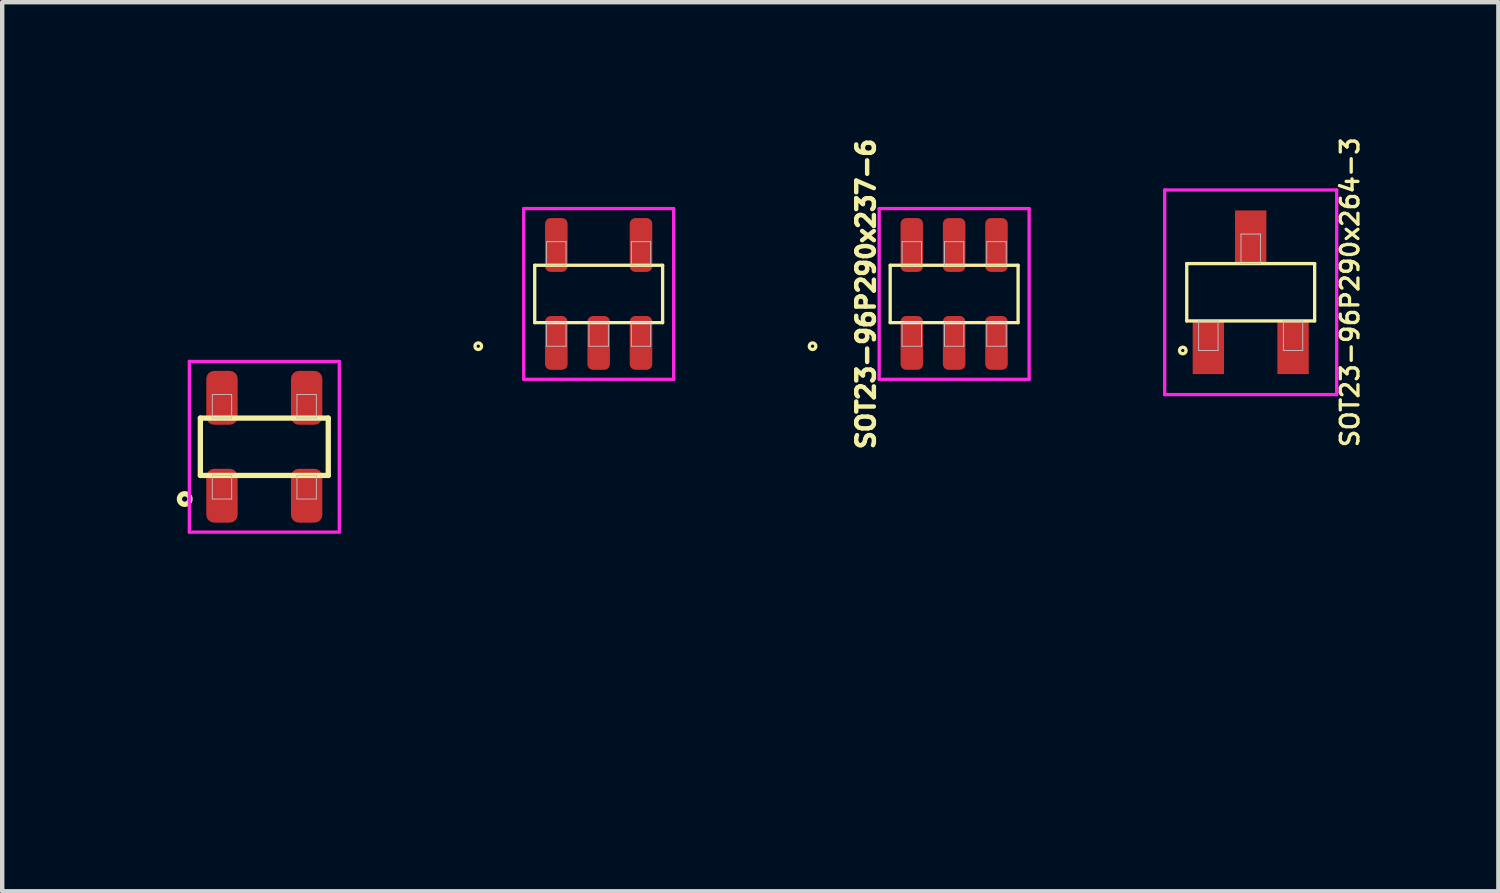
<source format=kicad_pcb>
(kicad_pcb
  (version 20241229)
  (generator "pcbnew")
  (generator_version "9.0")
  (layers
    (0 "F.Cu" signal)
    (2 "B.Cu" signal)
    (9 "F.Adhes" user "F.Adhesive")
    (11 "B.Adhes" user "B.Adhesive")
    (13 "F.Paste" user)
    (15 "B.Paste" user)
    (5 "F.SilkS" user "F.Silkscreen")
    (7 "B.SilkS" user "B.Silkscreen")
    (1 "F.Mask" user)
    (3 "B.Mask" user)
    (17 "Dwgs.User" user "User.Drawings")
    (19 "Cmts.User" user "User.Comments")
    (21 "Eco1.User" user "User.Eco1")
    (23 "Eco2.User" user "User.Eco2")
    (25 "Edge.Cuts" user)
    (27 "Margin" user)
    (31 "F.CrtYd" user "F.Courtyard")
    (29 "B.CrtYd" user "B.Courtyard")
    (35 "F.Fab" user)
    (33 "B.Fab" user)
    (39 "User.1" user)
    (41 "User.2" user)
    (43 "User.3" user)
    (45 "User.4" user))
  (footprint "SOT23-96P290x237-5"
    (layer "F.Cu")
    (at 10.524 3.615)
    (property "Reference" "SOT23-96P290x237-5" (at -2 0 90) (layer "User.1") (effects (font (size 0.4 0.4) (thickness 0.1))))
    (attr through_hole)
    (fp_line (start -1.45 -0.65) (end -1.45 0.65) (stroke (width 0.075) (type solid)) (layer "F.SilkS"))
    (fp_line (start -1.45 0.65) (end 1.45 0.65) (stroke (width 0.075) (type solid)) (layer "F.SilkS"))
    (fp_line (start 1.45 -0.65) (end -1.45 -0.65) (stroke (width 0.075) (type solid)) (layer "F.SilkS"))
    (fp_line (start 1.45 0.65) (end 1.45 -0.65) (stroke (width 0.075) (type solid)) (layer "F.SilkS"))
    (fp_circle (center -2.73 1.185) (end -2.655 1.185) (stroke (width 0.075) (type solid)) (fill no) (layer "F.SilkS"))
    (fp_line (start -1.18 -1.185) (end -1.18 -0.65) (stroke (width 0.02) (type solid)) (layer "Dwgs.User"))
    (fp_line (start -1.18 -0.65) (end -0.74 -0.65) (stroke (width 0.02) (type solid)) (layer "Dwgs.User"))
    (fp_line (start -1.18 0.65) (end -1.18 1.185) (stroke (width 0.02) (type solid)) (layer "Dwgs.User"))
    (fp_line (start -1.18 1.185) (end -0.74 1.185) (stroke (width 0.02) (type solid)) (layer "Dwgs.User"))
    (fp_line (start -0.74 -1.185) (end -1.18 -1.185) (stroke (width 0.02) (type solid)) (layer "Dwgs.User"))
    (fp_line (start -0.74 -0.65) (end -0.74 -1.185) (stroke (width 0.02) (type solid)) (layer "Dwgs.User"))
    (fp_line (start -0.74 0.65) (end -1.18 0.65) (stroke (width 0.02) (type solid)) (layer "Dwgs.User"))
    (fp_line (start -0.74 1.185) (end -0.74 0.65) (stroke (width 0.02) (type solid)) (layer "Dwgs.User"))
    (fp_line (start -0.22 0.65) (end -0.22 1.185) (stroke (width 0.02) (type solid)) (layer "Dwgs.User"))
    (fp_line (start -0.22 1.185) (end 0.22 1.185) (stroke (width 0.02) (type solid)) (layer "Dwgs.User"))
    (fp_line (start 0.22 0.65) (end -0.22 0.65) (stroke (width 0.02) (type solid)) (layer "Dwgs.User"))
    (fp_line (start 0.22 1.185) (end 0.22 0.65) (stroke (width 0.02) (type solid)) (layer "Dwgs.User"))
    (fp_line (start 0.74 -1.185) (end 0.74 -0.65) (stroke (width 0.02) (type solid)) (layer "Dwgs.User"))
    (fp_line (start 0.74 -0.65) (end 1.18 -0.65) (stroke (width 0.02) (type solid)) (layer "Dwgs.User"))
    (fp_line (start 0.74 0.65) (end 0.74 1.185) (stroke (width 0.02) (type solid)) (layer "Dwgs.User"))
    (fp_line (start 0.74 1.185) (end 1.18 1.185) (stroke (width 0.02) (type solid)) (layer "Dwgs.User"))
    (fp_line (start 1.18 -1.185) (end 0.74 -1.185) (stroke (width 0.02) (type solid)) (layer "Dwgs.User"))
    (fp_line (start 1.18 -0.65) (end 1.18 -1.185) (stroke (width 0.02) (type solid)) (layer "Dwgs.User"))
    (fp_line (start 1.18 0.65) (end 0.74 0.65) (stroke (width 0.02) (type solid)) (layer "Dwgs.User"))
    (fp_line (start 1.18 1.185) (end 1.18 0.65) (stroke (width 0.02) (type solid)) (layer "Dwgs.User"))
    (fp_line (start -1.7 -1.935) (end -1.7 1.935) (stroke (width 0.075) (type solid)) (layer "F.CrtYd"))
    (fp_line (start -1.7 1.935) (end 1.7 1.935) (stroke (width 0.075) (type solid)) (layer "F.CrtYd"))
    (fp_line (start 1.7 -1.935) (end -1.7 -1.935) (stroke (width 0.075) (type solid)) (layer "F.CrtYd"))
    (fp_line (start 1.7 1.935) (end 1.7 -1.935) (stroke (width 0.075) (type solid)) (layer "F.CrtYd"))
    (pad "1" smd roundrect (at -0.96 1.11) (size 0.511 1.221) (layers "F.Cu" "F.Mask" "F.Paste") (roundrect_rratio 0.25))
    (pad "2" smd roundrect (at 0 1.11) (size 0.511 1.221) (layers "F.Cu" "F.Mask" "F.Paste") (roundrect_rratio 0.25))
    (pad "3" smd roundrect (at 0.96 1.11) (size 0.511 1.221) (layers "F.Cu" "F.Mask" "F.Paste") (roundrect_rratio 0.25))
    (pad "4" smd roundrect (at 0.96 -1.11) (size 0.511 1.221) (layers "F.Cu" "F.Mask" "F.Paste") (roundrect_rratio 0.25))
    (pad "5" smd roundrect (at -0.96 -1.11) (size 0.511 1.221) (layers "F.Cu" "F.Mask" "F.Paste") (roundrect_rratio 0.25)))
  (footprint "SOT23-96P290x237-4"
    (layer "F.Cu")
    (at 2.943 7.08)
    (property "Reference" "SOT23-96P290x237-4" (at -2.3 0 90) (layer "User.1") (effects (font (size 0.8 0.8) (thickness 0.1))))
    (attr through_hole)
    (fp_line (start -1.45 -0.65) (end -1.45 0.65) (stroke (width 0.12) (type solid)) (layer "F.SilkS"))
    (fp_line (start -1.45 0.65) (end 1.45 0.65) (stroke (width 0.12) (type solid)) (layer "F.SilkS"))
    (fp_line (start 1.45 -0.65) (end -1.45 -0.65) (stroke (width 0.12) (type solid)) (layer "F.SilkS"))
    (fp_line (start 1.45 0.65) (end 1.45 -0.65) (stroke (width 0.12) (type solid)) (layer "F.SilkS"))
    (fp_circle (center -1.805 1.185) (end -1.685 1.185) (stroke (width 0.12) (type solid)) (fill no) (layer "F.SilkS"))
    (fp_line (start -1.18 -1.185) (end -1.18 -0.65) (stroke (width 0.02) (type solid)) (layer "Dwgs.User"))
    (fp_line (start -1.18 -0.65) (end -0.74 -0.65) (stroke (width 0.02) (type solid)) (layer "Dwgs.User"))
    (fp_line (start -1.18 0.65) (end -1.18 1.185) (stroke (width 0.02) (type solid)) (layer "Dwgs.User"))
    (fp_line (start -1.18 1.185) (end -0.74 1.185) (stroke (width 0.02) (type solid)) (layer "Dwgs.User"))
    (fp_line (start -0.74 -1.185) (end -1.18 -1.185) (stroke (width 0.02) (type solid)) (layer "Dwgs.User"))
    (fp_line (start -0.74 -0.65) (end -0.74 -1.185) (stroke (width 0.02) (type solid)) (layer "Dwgs.User"))
    (fp_line (start -0.74 0.65) (end -1.18 0.65) (stroke (width 0.02) (type solid)) (layer "Dwgs.User"))
    (fp_line (start -0.74 1.185) (end -0.74 0.65) (stroke (width 0.02) (type solid)) (layer "Dwgs.User"))
    (fp_line (start 0.74 -1.185) (end 0.74 -0.65) (stroke (width 0.02) (type solid)) (layer "Dwgs.User"))
    (fp_line (start 0.74 -0.65) (end 1.18 -0.65) (stroke (width 0.02) (type solid)) (layer "Dwgs.User"))
    (fp_line (start 0.74 0.65) (end 1.18 0.65) (stroke (width 0.02) (type solid)) (layer "Dwgs.User"))
    (fp_line (start 0.74 1.185) (end 0.74 0.65) (stroke (width 0.02) (type solid)) (layer "Dwgs.User"))
    (fp_line (start 1.18 -1.185) (end 0.74 -1.185) (stroke (width 0.02) (type solid)) (layer "Dwgs.User"))
    (fp_line (start 1.18 -0.65) (end 1.18 -1.185) (stroke (width 0.02) (type solid)) (layer "Dwgs.User"))
    (fp_line (start 1.18 0.65) (end 1.18 1.185) (stroke (width 0.02) (type solid)) (layer "Dwgs.User"))
    (fp_line (start 1.18 1.185) (end 0.74 1.185) (stroke (width 0.02) (type solid)) (layer "Dwgs.User"))
    (fp_line (start -1.7 -1.935) (end -1.7 1.935) (stroke (width 0.075) (type solid)) (layer "F.CrtYd"))
    (fp_line (start -1.7 1.935) (end 1.7 1.935) (stroke (width 0.075) (type solid)) (layer "F.CrtYd"))
    (fp_line (start 1.7 -1.935) (end -1.7 -1.935) (stroke (width 0.075) (type solid)) (layer "F.CrtYd"))
    (fp_line (start 1.7 1.935) (end 1.7 -1.935) (stroke (width 0.075) (type solid)) (layer "F.CrtYd"))
    (pad "1" smd roundrect (at -0.96 1.11) (size 0.711 1.221) (layers "F.Cu" "F.Mask" "F.Paste") (roundrect_rratio 0.25))
    (pad "2" smd roundrect (at 0.96 1.11) (size 0.711 1.221) (layers "F.Cu" "F.Mask" "F.Paste") (roundrect_rratio 0.25))
    (pad "3" smd roundrect (at -0.96 -1.11) (size 0.711 1.221) (layers "F.Cu" "F.Mask" "F.Paste") (roundrect_rratio 0.25))
    (pad "4" smd roundrect (at 0.96 -1.11) (size 0.711 1.221) (layers "F.Cu" "F.Mask" "F.Paste") (roundrect_rratio 0.25)))
  (footprint "SOT23-96P290x264-3"
    (layer "F.Cu")
    (at 25.308 3.577)
    (property "Reference" "SOT23-96P290x264-3" (at 2.25 0 90) (layer "F.SilkS") (effects (font (size 0.4 0.4) (thickness 0.075))))
    (attr through_hole)
    (fp_line (start -1.45 -0.65) (end -1.45 0.65) (stroke (width 0.075) (type solid)) (layer "F.SilkS"))
    (fp_line (start -1.45 0.65) (end 1.45 0.65) (stroke (width 0.075) (type solid)) (layer "F.SilkS"))
    (fp_line (start 1.45 -0.65) (end -1.45 -0.65) (stroke (width 0.075) (type solid)) (layer "F.SilkS"))
    (fp_line (start 1.45 0.65) (end 1.45 -0.65) (stroke (width 0.075) (type solid)) (layer "F.SilkS"))
    (fp_circle (center -1.54 1.32) (end -1.465 1.32) (stroke (width 0.075) (type solid)) (fill no) (layer "F.SilkS"))
    (fp_line (start -1.18 0.65) (end -1.18 1.32) (stroke (width 0.02) (type solid)) (layer "Dwgs.User"))
    (fp_line (start -1.18 1.32) (end -0.74 1.32) (stroke (width 0.02) (type solid)) (layer "Dwgs.User"))
    (fp_line (start -0.74 0.65) (end -1.18 0.65) (stroke (width 0.02) (type solid)) (layer "Dwgs.User"))
    (fp_line (start -0.74 1.32) (end -0.74 0.65) (stroke (width 0.02) (type solid)) (layer "Dwgs.User"))
    (fp_line (start -0.22 -1.32) (end -0.22 -0.65) (stroke (width 0.02) (type solid)) (layer "Dwgs.User"))
    (fp_line (start -0.22 -0.65) (end 0.22 -0.65) (stroke (width 0.02) (type solid)) (layer "Dwgs.User"))
    (fp_line (start 0.22 -1.32) (end -0.22 -1.32) (stroke (width 0.02) (type solid)) (layer "Dwgs.User"))
    (fp_line (start 0.22 -0.65) (end 0.22 -1.32) (stroke (width 0.02) (type solid)) (layer "Dwgs.User"))
    (fp_line (start 0.74 0.65) (end 1.18 0.65) (stroke (width 0.02) (type solid)) (layer "Dwgs.User"))
    (fp_line (start 0.74 1.32) (end 0.74 0.65) (stroke (width 0.02) (type solid)) (layer "Dwgs.User"))
    (fp_line (start 1.18 0.65) (end 1.18 1.32) (stroke (width 0.02) (type solid)) (layer "Dwgs.User"))
    (fp_line (start 1.18 1.32) (end 0.74 1.32) (stroke (width 0.02) (type solid)) (layer "Dwgs.User"))
    (fp_line (start -1.95 -2.32) (end -1.95 2.32) (stroke (width 0.075) (type solid)) (layer "F.CrtYd"))
    (fp_line (start -1.95 2.32) (end 1.95 2.32) (stroke (width 0.075) (type solid)) (layer "F.CrtYd"))
    (fp_line (start 1.95 -2.32) (end -1.95 -2.32) (stroke (width 0.075) (type solid)) (layer "F.CrtYd"))
    (fp_line (start 1.95 2.32) (end 1.95 -2.32) (stroke (width 0.075) (type solid)) (layer "F.CrtYd"))
    (pad "1" smd rect (at -0.96 1.245) (size 0.711 1.221) (layers "F.Cu" "F.Mask" "F.Paste"))
    (pad "2" smd rect (at 0.96 1.245) (size 0.711 1.221) (layers "F.Cu" "F.Mask" "F.Paste"))
    (pad "3" smd rect (at 0 -1.245) (size 0.711 1.221) (layers "F.Cu" "F.Mask" "F.Paste")))
  (footprint "SOT23-96P290x237-6"
    (layer "F.Cu")
    (at 18.584 3.615)
    (property "Reference" "SOT23-96P290x237-6" (at -2 0 90) (layer "F.SilkS") (effects (font (size 0.4 0.4) (thickness 0.1))))
    (attr through_hole)
    (fp_line (start -1.45 -0.65) (end -1.45 0.65) (stroke (width 0.075) (type solid)) (layer "F.SilkS"))
    (fp_line (start -1.45 0.65) (end 1.45 0.65) (stroke (width 0.075) (type solid)) (layer "F.SilkS"))
    (fp_line (start 1.45 -0.65) (end -1.45 -0.65) (stroke (width 0.075) (type solid)) (layer "F.SilkS"))
    (fp_line (start 1.45 0.65) (end 1.45 -0.65) (stroke (width 0.075) (type solid)) (layer "F.SilkS"))
    (fp_circle (center -3.21 1.185) (end -3.135 1.185) (stroke (width 0.075) (type solid)) (fill no) (layer "F.SilkS"))
    (fp_line (start -1.18 -1.185) (end -1.18 -0.65) (stroke (width 0.02) (type solid)) (layer "Dwgs.User"))
    (fp_line (start -1.18 -0.65) (end -0.74 -0.65) (stroke (width 0.02) (type solid)) (layer "Dwgs.User"))
    (fp_line (start -1.18 0.65) (end -1.18 1.185) (stroke (width 0.02) (type solid)) (layer "Dwgs.User"))
    (fp_line (start -1.18 1.185) (end -0.74 1.185) (stroke (width 0.02) (type solid)) (layer "Dwgs.User"))
    (fp_line (start -0.74 -1.185) (end -1.18 -1.185) (stroke (width 0.02) (type solid)) (layer "Dwgs.User"))
    (fp_line (start -0.74 -0.65) (end -0.74 -1.185) (stroke (width 0.02) (type solid)) (layer "Dwgs.User"))
    (fp_line (start -0.74 0.65) (end -1.18 0.65) (stroke (width 0.02) (type solid)) (layer "Dwgs.User"))
    (fp_line (start -0.74 1.185) (end -0.74 0.65) (stroke (width 0.02) (type solid)) (layer "Dwgs.User"))
    (fp_line (start -0.22 -1.185) (end -0.22 -0.65) (stroke (width 0.02) (type solid)) (layer "Dwgs.User"))
    (fp_line (start -0.22 -0.65) (end 0.22 -0.65) (stroke (width 0.02) (type solid)) (layer "Dwgs.User"))
    (fp_line (start -0.22 0.65) (end -0.22 1.185) (stroke (width 0.02) (type solid)) (layer "Dwgs.User"))
    (fp_line (start -0.22 1.185) (end 0.22 1.185) (stroke (width 0.02) (type solid)) (layer "Dwgs.User"))
    (fp_line (start 0.22 -1.185) (end -0.22 -1.185) (stroke (width 0.02) (type solid)) (layer "Dwgs.User"))
    (fp_line (start 0.22 -0.65) (end 0.22 -1.185) (stroke (width 0.02) (type solid)) (layer "Dwgs.User"))
    (fp_line (start 0.22 0.65) (end -0.22 0.65) (stroke (width 0.02) (type solid)) (layer "Dwgs.User"))
    (fp_line (start 0.22 1.185) (end 0.22 0.65) (stroke (width 0.02) (type solid)) (layer "Dwgs.User"))
    (fp_line (start 0.74 -1.185) (end 0.74 -0.65) (stroke (width 0.02) (type solid)) (layer "Dwgs.User"))
    (fp_line (start 0.74 -0.65) (end 1.18 -0.65) (stroke (width 0.02) (type solid)) (layer "Dwgs.User"))
    (fp_line (start 0.74 0.65) (end 0.74 1.185) (stroke (width 0.02) (type solid)) (layer "Dwgs.User"))
    (fp_line (start 0.74 1.185) (end 1.18 1.185) (stroke (width 0.02) (type solid)) (layer "Dwgs.User"))
    (fp_line (start 1.18 -1.185) (end 0.74 -1.185) (stroke (width 0.02) (type solid)) (layer "Dwgs.User"))
    (fp_line (start 1.18 -0.65) (end 1.18 -1.185) (stroke (width 0.02) (type solid)) (layer "Dwgs.User"))
    (fp_line (start 1.18 0.65) (end 0.74 0.65) (stroke (width 0.02) (type solid)) (layer "Dwgs.User"))
    (fp_line (start 1.18 1.185) (end 1.18 0.65) (stroke (width 0.02) (type solid)) (layer "Dwgs.User"))
    (fp_line (start -1.7 -1.935) (end -1.7 1.935) (stroke (width 0.075) (type solid)) (layer "F.CrtYd"))
    (fp_line (start -1.7 1.935) (end 1.7 1.935) (stroke (width 0.075) (type solid)) (layer "F.CrtYd"))
    (fp_line (start 1.7 -1.935) (end -1.7 -1.935) (stroke (width 0.075) (type solid)) (layer "F.CrtYd"))
    (fp_line (start 1.7 1.935) (end 1.7 -1.935) (stroke (width 0.075) (type solid)) (layer "F.CrtYd"))
    (pad "1" smd roundrect (at -0.96 1.11) (size 0.511 1.221) (layers "F.Cu" "F.Mask" "F.Paste") (roundrect_rratio 0.25))
    (pad "2" smd roundrect (at 0 1.11) (size 0.511 1.221) (layers "F.Cu" "F.Mask" "F.Paste") (roundrect_rratio 0.25))
    (pad "3" smd roundrect (at 0.96 1.11) (size 0.511 1.221) (layers "F.Cu" "F.Mask" "F.Paste") (roundrect_rratio 0.25))
    (pad "4" smd roundrect (at 0.96 -1.11) (size 0.511 1.221) (layers "F.Cu" "F.Mask" "F.Paste") (roundrect_rratio 0.25))
    (pad "5" smd roundrect (at 0 -1.11) (size 0.511 1.221) (layers "F.Cu" "F.Mask" "F.Paste") (roundrect_rratio 0.25))
    (pad "6" smd roundrect (at -0.96 -1.11) (size 0.511 1.221) (layers "F.Cu" "F.Mask" "F.Paste") (roundrect_rratio 0.25)))
  (gr_rect
    (start -3 -3)
    (end 30.924 17.159)
    (stroke (width 0.1) (type default))
    (fill no)
    (layer "Edge.Cuts")))
</source>
